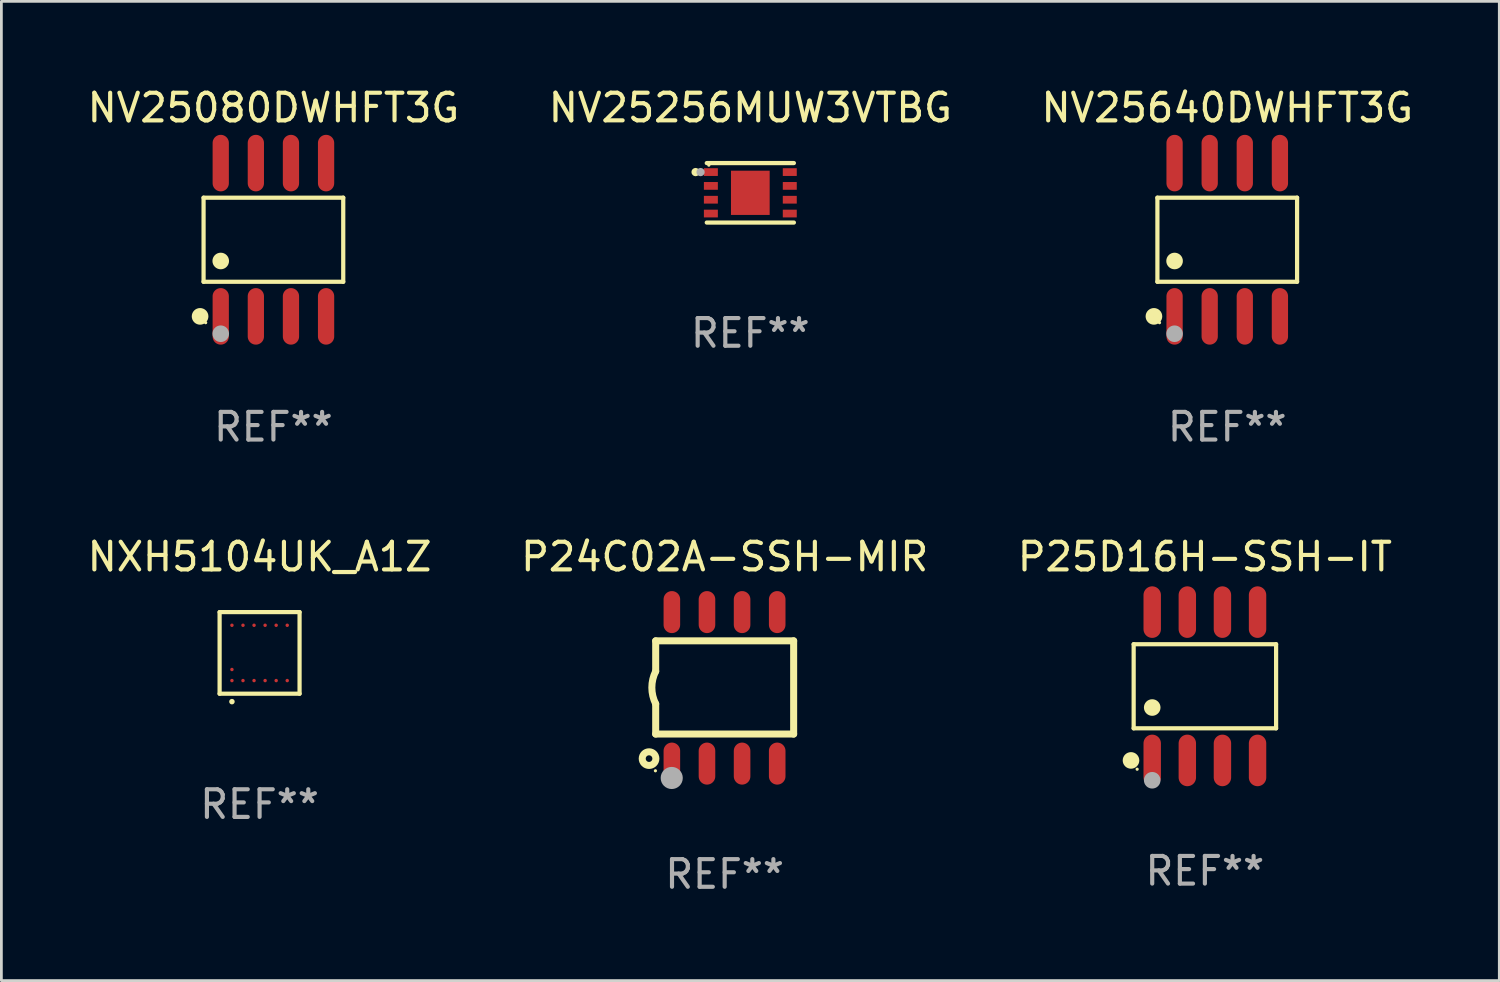
<source format=kicad_pcb>
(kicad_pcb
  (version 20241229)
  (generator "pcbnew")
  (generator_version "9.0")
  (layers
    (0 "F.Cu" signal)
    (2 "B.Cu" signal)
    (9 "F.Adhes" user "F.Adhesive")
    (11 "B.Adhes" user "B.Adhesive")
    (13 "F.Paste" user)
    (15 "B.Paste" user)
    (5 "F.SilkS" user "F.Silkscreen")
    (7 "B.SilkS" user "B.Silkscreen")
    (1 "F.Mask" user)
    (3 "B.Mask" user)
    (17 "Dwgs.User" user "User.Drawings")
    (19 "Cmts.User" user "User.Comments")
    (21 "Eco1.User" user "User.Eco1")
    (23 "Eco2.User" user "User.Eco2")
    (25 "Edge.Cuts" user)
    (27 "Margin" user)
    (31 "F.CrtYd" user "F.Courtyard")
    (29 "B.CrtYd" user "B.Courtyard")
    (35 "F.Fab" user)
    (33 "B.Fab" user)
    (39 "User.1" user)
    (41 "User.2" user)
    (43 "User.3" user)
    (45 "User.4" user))
  (footprint "NV25080DWHFT3G"
    (layer "F.Cu")
    (at 6.839 5.621)
    (property "Reference" "NV25080DWHFT3G" (at 0 -4.772 0) (layer "F.SilkS") (effects (font (size 1 1) (thickness 0.15))))
    (attr through_hole)
    (fp_line (start -2.526 -1.521) (end 2.526 -1.521) (stroke (width 0.152) (type solid)) (layer "F.SilkS"))
    (fp_line (start -2.526 1.521) (end -2.526 -1.521) (stroke (width 0.152) (type solid)) (layer "F.SilkS"))
    (fp_line (start 2.526 -1.521) (end 2.526 1.521) (stroke (width 0.152) (type solid)) (layer "F.SilkS"))
    (fp_line (start 2.526 1.521) (end -2.526 1.521) (stroke (width 0.152) (type solid)) (layer "F.SilkS"))
    (fp_circle (center -2.652 2.772) (end -2.501 2.772) (stroke (width 0.3) (type solid)) (fill no) (layer "F.SilkS"))
    (fp_circle (center -2.45 3) (end -2.42 3) (stroke (width 0.06) (type solid)) (fill no) (layer "F.SilkS"))
    (fp_circle (center -1.905 0.769) (end -1.755 0.769) (stroke (width 0.3) (type solid)) (fill no) (layer "F.SilkS"))
    (fp_circle (center -1.905 3.4) (end -1.755 3.4) (stroke (width 0.3) (type solid)) (fill no) (layer "F.Fab"))
    (fp_text user "REF**" (at 0 6.772 0) (layer "F.Fab") (effects (font (size 1 1) (thickness 0.15))))
    (pad "1" smd oval (at -1.905 2.772) (size 0.588 2.045) (layers "F.Cu" "F.Mask" "F.Paste"))
    (pad "2" smd oval (at -0.635 2.772) (size 0.588 2.045) (layers "F.Cu" "F.Mask" "F.Paste"))
    (pad "3" smd oval (at 0.635 2.772) (size 0.588 2.045) (layers "F.Cu" "F.Mask" "F.Paste"))
    (pad "4" smd oval (at 1.905 2.772) (size 0.588 2.045) (layers "F.Cu" "F.Mask" "F.Paste"))
    (pad "5" smd oval (at 1.905 -2.772) (size 0.588 2.045) (layers "F.Cu" "F.Mask" "F.Paste"))
    (pad "6" smd oval (at 0.635 -2.772) (size 0.588 2.045) (layers "F.Cu" "F.Mask" "F.Paste"))
    (pad "7" smd oval (at -0.635 -2.772) (size 0.588 2.045) (layers "F.Cu" "F.Mask" "F.Paste"))
    (pad "8" smd oval (at -1.905 -2.772) (size 0.588 2.045) (layers "F.Cu" "F.Mask" "F.Paste")))
  (footprint "P25D16H-SSH-IT"
    (layer "F.Cu")
    (at 40.53 21.772)
    (property "Reference" "P25D16H-SSH-IT" (at 0 -4.682 0) (layer "F.SilkS") (effects (font (size 1 1) (thickness 0.15))))
    (attr through_hole)
    (fp_line (start -2.576 -1.521) (end 2.576 -1.521) (stroke (width 0.152) (type solid)) (layer "F.SilkS"))
    (fp_line (start -2.576 1.521) (end -2.576 -1.521) (stroke (width 0.152) (type solid)) (layer "F.SilkS"))
    (fp_line (start 2.576 -1.521) (end 2.576 1.521) (stroke (width 0.152) (type solid)) (layer "F.SilkS"))
    (fp_line (start 2.576 1.521) (end -2.576 1.521) (stroke (width 0.152) (type solid)) (layer "F.SilkS"))
    (fp_circle (center -2.672 2.682) (end -2.522 2.682) (stroke (width 0.3) (type solid)) (fill no) (layer "F.SilkS"))
    (fp_circle (center -2.45 3) (end -2.42 3) (stroke (width 0.06) (type solid)) (fill no) (layer "F.SilkS"))
    (fp_circle (center -1.905 0.769) (end -1.755 0.769) (stroke (width 0.3) (type solid)) (fill no) (layer "F.SilkS"))
    (fp_circle (center -1.905 3.4) (end -1.755 3.4) (stroke (width 0.3) (type solid)) (fill no) (layer "F.Fab"))
    (fp_text user "REF**" (at 0 6.682 0) (layer "F.Fab") (effects (font (size 1 1) (thickness 0.15))))
    (pad "1" smd oval (at -1.905 2.682) (size 0.63 1.865) (layers "F.Cu" "F.Mask" "F.Paste"))
    (pad "2" smd oval (at -0.635 2.682) (size 0.63 1.865) (layers "F.Cu" "F.Mask" "F.Paste"))
    (pad "3" smd oval (at 0.635 2.682) (size 0.63 1.865) (layers "F.Cu" "F.Mask" "F.Paste"))
    (pad "4" smd oval (at 1.905 2.682) (size 0.63 1.865) (layers "F.Cu" "F.Mask" "F.Paste"))
    (pad "5" smd oval (at 1.905 -2.682) (size 0.63 1.865) (layers "F.Cu" "F.Mask" "F.Paste"))
    (pad "6" smd oval (at 0.635 -2.682) (size 0.63 1.865) (layers "F.Cu" "F.Mask" "F.Paste"))
    (pad "7" smd oval (at -0.635 -2.682) (size 0.63 1.865) (layers "F.Cu" "F.Mask" "F.Paste"))
    (pad "8" smd oval (at -1.905 -2.682) (size 0.63 1.865) (layers "F.Cu" "F.Mask" "F.Paste")))
  (footprint "P24C02A-SSH-MIR"
    (layer "F.Cu")
    (at 23.161 21.829)
    (property "Reference" "P24C02A-SSH-MIR" (at 0 -4.74 0) (layer "F.SilkS") (effects (font (size 1 1) (thickness 0.15))))
    (attr through_hole)
    (fp_line (start -2.495 -1.7) (end 2.495 -1.7) (stroke (width 0.254) (type solid)) (layer "F.SilkS"))
    (fp_line (start -2.495 -0.6) (end -2.495 -1.7) (stroke (width 0.254) (type solid)) (layer "F.SilkS"))
    (fp_line (start -2.495 1.671) (end -2.495 0.58) (stroke (width 0.254) (type solid)) (layer "F.SilkS"))
    (fp_line (start 2.495 -1.7) (end 2.495 1.671) (stroke (width 0.254) (type solid)) (layer "F.SilkS"))
    (fp_line (start 2.495 1.671) (end -2.495 1.671) (stroke (width 0.254) (type solid)) (layer "F.SilkS"))
    (fp_arc (start -2.495009 0.58001) (mid -2.634112 -0.009995) (end -2.495009 -0.6) (stroke (width 0.254001) (type solid)) (layer "F.SilkS"))
    (fp_circle (center -2.735 2.56) (end -2.615 2.56) (stroke (width 0.254) (type solid)) (fill no) (layer "F.SilkS"))
    (fp_circle (center -2.505 3) (end -2.475 3) (stroke (width 0.06) (type solid)) (fill no) (layer "F.SilkS"))
    (fp_circle (center -1.915 3.26) (end -1.715 3.26) (stroke (width 0.4) (type solid)) (fill no) (layer "F.Fab"))
    (fp_text user "REF**" (at 0 6.74 0) (layer "F.Fab") (effects (font (size 1 1) (thickness 0.15))))
    (pad "1" smd oval (at -1.91 2.74) (size 0.6 1.52) (layers "F.Cu" "F.Mask" "F.Paste"))
    (pad "2" smd oval (at -0.64 2.74) (size 0.6 1.52) (layers "F.Cu" "F.Mask" "F.Paste"))
    (pad "3" smd oval (at 0.63 2.74) (size 0.6 1.52) (layers "F.Cu" "F.Mask" "F.Paste"))
    (pad "4" smd oval (at 1.9 2.74) (size 0.6 1.52) (layers "F.Cu" "F.Mask" "F.Paste"))
    (pad "5" smd oval (at 1.9 -2.74) (size 0.6 1.52) (layers "F.Cu" "F.Mask" "F.Paste"))
    (pad "6" smd oval (at 0.63 -2.74) (size 0.6 1.52) (layers "F.Cu" "F.Mask" "F.Paste"))
    (pad "7" smd oval (at -0.64 -2.74) (size 0.6 1.52) (layers "F.Cu" "F.Mask" "F.Paste"))
    (pad "8" smd oval (at -1.91 -2.74) (size 0.6 1.52) (layers "F.Cu" "F.Mask" "F.Paste")))
  (footprint "NV25256MUW3VTBG"
    (layer "F.Cu")
    (at 24.089 3.924)
    (property "Reference" "NV25256MUW3VTBG" (at 0 -3.076 0) (layer "F.SilkS") (effects (font (size 1 1) (thickness 0.15))))
    (attr through_hole)
    (fp_line (start -1.576 -1.076) (end 1.576 -1.076) (stroke (width 0.152) (type solid)) (layer "F.SilkS"))
    (fp_line (start -1.576 1.076) (end 1.576 1.076) (stroke (width 0.152) (type solid)) (layer "F.SilkS"))
    (fp_circle (center -1.98 -0.75) (end -1.905 -0.75) (stroke (width 0.15) (type solid)) (fill no) (layer "F.SilkS"))
    (fp_circle (center -1.5 -1) (end -1.47 -1) (stroke (width 0.06) (type solid)) (fill no) (layer "F.SilkS"))
    (fp_circle (center -1.8 -0.75) (end -1.725 -0.75) (stroke (width 0.15) (type solid)) (fill no) (layer "F.Fab"))
    (fp_text user "REF**" (at 0 5.076 0) (layer "F.Fab") (effects (font (size 1 1) (thickness 0.15))))
    (pad "1" smd rect (at -1.427 -0.75) (size 0.505 0.28) (layers "F.Cu" "F.Mask" "F.Paste"))
    (pad "2" smd rect (at -1.427 -0.25) (size 0.505 0.28) (layers "F.Cu" "F.Mask" "F.Paste"))
    (pad "3" smd rect (at -1.427 0.25) (size 0.505 0.28) (layers "F.Cu" "F.Mask" "F.Paste"))
    (pad "4" smd rect (at -1.427 0.75) (size 0.505 0.28) (layers "F.Cu" "F.Mask" "F.Paste"))
    (pad "5" smd rect (at 1.427 0.75) (size 0.505 0.28) (layers "F.Cu" "F.Mask" "F.Paste"))
    (pad "6" smd rect (at 1.427 0.25) (size 0.505 0.28) (layers "F.Cu" "F.Mask" "F.Paste"))
    (pad "7" smd rect (at 1.427 -0.25) (size 0.505 0.28) (layers "F.Cu" "F.Mask" "F.Paste"))
    (pad "8" smd rect (at 1.427 -0.75) (size 0.505 0.28) (layers "F.Cu" "F.Mask" "F.Paste"))
    (pad "9" smd rect (at 0 0) (size 1.4 1.6) (layers "F.Cu" "F.Mask" "F.Paste")))
  (footprint "NXH5104UK_A1Z"
    (layer "F.Cu")
    (at 6.339 20.566)
    (property "Reference" "NXH5104UK_A1Z" (at 0 -3.476 0) (layer "F.SilkS") (effects (font (size 1 1) (thickness 0.15))))
    (attr through_hole)
    (fp_line (start -1.446 -1.476) (end 1.446 -1.476) (stroke (width 0.152) (type solid)) (layer "F.SilkS"))
    (fp_line (start -1.446 1.476) (end -1.446 -1.476) (stroke (width 0.152) (type solid)) (layer "F.SilkS"))
    (fp_line (start 1.446 -1.476) (end 1.446 1.476) (stroke (width 0.152) (type solid)) (layer "F.SilkS"))
    (fp_line (start 1.446 1.476) (end -1.446 1.476) (stroke (width 0.152) (type solid)) (layer "F.SilkS"))
    (fp_circle (center -1 1.762) (end -0.95 1.762) (stroke (width 0.1) (type solid)) (fill no) (layer "F.SilkS"))
    (fp_text user "REF**" (at 0 5.476 0) (layer "F.Fab") (effects (font (size 1 1) (thickness 0.15))))
    (pad "A1" smd circle (at -1 1) (size 0.125 0.125) (layers "F.Cu" "F.Mask" "F.Paste"))
    (pad "A2" smd circle (at -1 0.6) (size 0.125 0.125) (layers "F.Cu" "F.Mask" "F.Paste"))
    (pad "A6" smd circle (at -1 -1) (size 0.125 0.125) (layers "F.Cu" "F.Mask" "F.Paste"))
    (pad "B1" smd circle (at -0.6 1) (size 0.125 0.125) (layers "F.Cu" "F.Mask" "F.Paste"))
    (pad "B6" smd circle (at -0.6 -1) (size 0.125 0.125) (layers "F.Cu" "F.Mask" "F.Paste"))
    (pad "C1" smd circle (at -0.2 1) (size 0.125 0.125) (layers "F.Cu" "F.Mask" "F.Paste"))
    (pad "C6" smd circle (at -0.2 -1) (size 0.125 0.125) (layers "F.Cu" "F.Mask" "F.Paste"))
    (pad "D1" smd circle (at 0.2 1) (size 0.125 0.125) (layers "F.Cu" "F.Mask" "F.Paste"))
    (pad "D6" smd circle (at 0.2 -1) (size 0.125 0.125) (layers "F.Cu" "F.Mask" "F.Paste"))
    (pad "E1" smd circle (at 0.6 1) (size 0.125 0.125) (layers "F.Cu" "F.Mask" "F.Paste"))
    (pad "E6" smd circle (at 0.6 -1) (size 0.125 0.125) (layers "F.Cu" "F.Mask" "F.Paste"))
    (pad "F1" smd circle (at 1 1) (size 0.125 0.125) (layers "F.Cu" "F.Mask" "F.Paste"))
    (pad "F6" smd circle (at 1 -1) (size 0.125 0.125) (layers "F.Cu" "F.Mask" "F.Paste")))
  (footprint "NV25640DWHFT3G"
    (layer "F.Cu")
    (at 41.339 5.621)
    (property "Reference" "NV25640DWHFT3G" (at 0 -4.772 0) (layer "F.SilkS") (effects (font (size 1 1) (thickness 0.15))))
    (attr through_hole)
    (fp_line (start -2.526 -1.521) (end 2.526 -1.521) (stroke (width 0.152) (type solid)) (layer "F.SilkS"))
    (fp_line (start -2.526 1.521) (end -2.526 -1.521) (stroke (width 0.152) (type solid)) (layer "F.SilkS"))
    (fp_line (start 2.526 -1.521) (end 2.526 1.521) (stroke (width 0.152) (type solid)) (layer "F.SilkS"))
    (fp_line (start 2.526 1.521) (end -2.526 1.521) (stroke (width 0.152) (type solid)) (layer "F.SilkS"))
    (fp_circle (center -2.652 2.772) (end -2.501 2.772) (stroke (width 0.3) (type solid)) (fill no) (layer "F.SilkS"))
    (fp_circle (center -2.45 3) (end -2.42 3) (stroke (width 0.06) (type solid)) (fill no) (layer "F.SilkS"))
    (fp_circle (center -1.905 0.769) (end -1.755 0.769) (stroke (width 0.3) (type solid)) (fill no) (layer "F.SilkS"))
    (fp_circle (center -1.905 3.4) (end -1.755 3.4) (stroke (width 0.3) (type solid)) (fill no) (layer "F.Fab"))
    (fp_text user "REF**" (at 0 6.772 0) (layer "F.Fab") (effects (font (size 1 1) (thickness 0.15))))
    (pad "1" smd oval (at -1.905 2.772) (size 0.588 2.045) (layers "F.Cu" "F.Mask" "F.Paste"))
    (pad "2" smd oval (at -0.635 2.772) (size 0.588 2.045) (layers "F.Cu" "F.Mask" "F.Paste"))
    (pad "3" smd oval (at 0.635 2.772) (size 0.588 2.045) (layers "F.Cu" "F.Mask" "F.Paste"))
    (pad "4" smd oval (at 1.905 2.772) (size 0.588 2.045) (layers "F.Cu" "F.Mask" "F.Paste"))
    (pad "5" smd oval (at 1.905 -2.772) (size 0.588 2.045) (layers "F.Cu" "F.Mask" "F.Paste"))
    (pad "6" smd oval (at 0.635 -2.772) (size 0.588 2.045) (layers "F.Cu" "F.Mask" "F.Paste"))
    (pad "7" smd oval (at -0.635 -2.772) (size 0.588 2.045) (layers "F.Cu" "F.Mask" "F.Paste"))
    (pad "8" smd oval (at -1.905 -2.772) (size 0.588 2.045) (layers "F.Cu" "F.Mask" "F.Paste")))
  (gr_rect
    (start -3 -3)
    (end 51.179 32.418)
    (stroke (width 0.1) (type default))
    (fill no)
    (layer "Edge.Cuts")))
</source>
